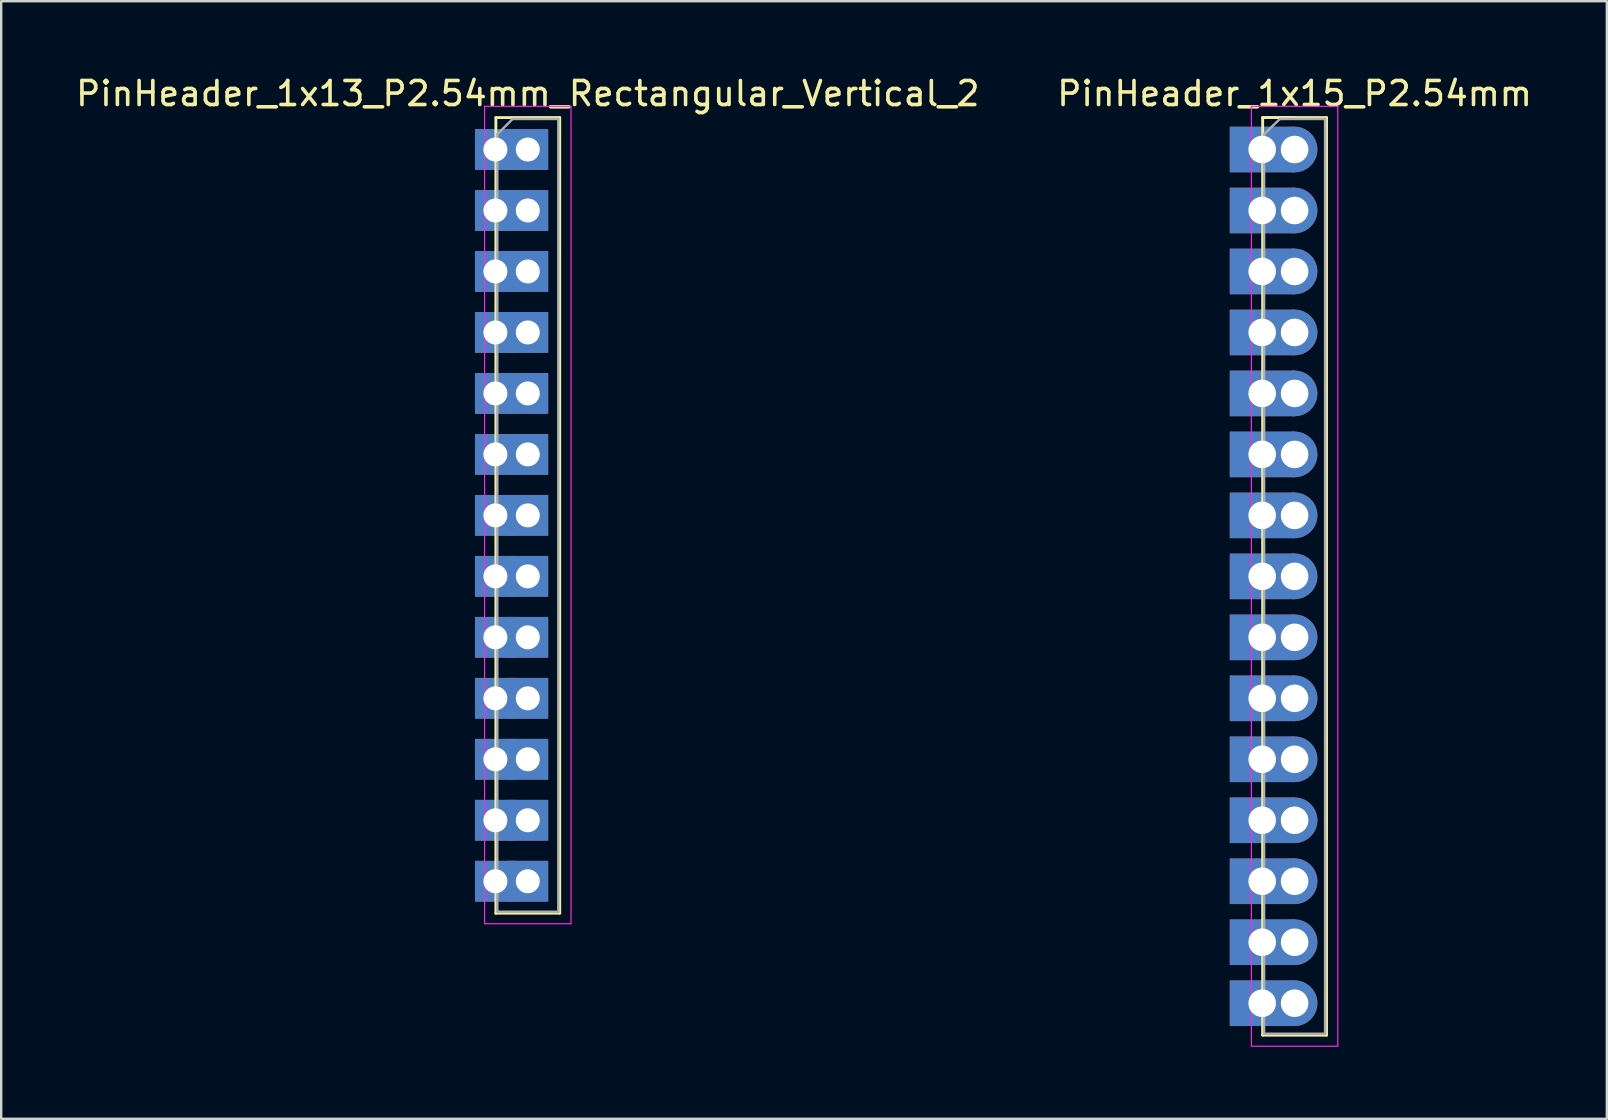
<source format=kicad_pcb>
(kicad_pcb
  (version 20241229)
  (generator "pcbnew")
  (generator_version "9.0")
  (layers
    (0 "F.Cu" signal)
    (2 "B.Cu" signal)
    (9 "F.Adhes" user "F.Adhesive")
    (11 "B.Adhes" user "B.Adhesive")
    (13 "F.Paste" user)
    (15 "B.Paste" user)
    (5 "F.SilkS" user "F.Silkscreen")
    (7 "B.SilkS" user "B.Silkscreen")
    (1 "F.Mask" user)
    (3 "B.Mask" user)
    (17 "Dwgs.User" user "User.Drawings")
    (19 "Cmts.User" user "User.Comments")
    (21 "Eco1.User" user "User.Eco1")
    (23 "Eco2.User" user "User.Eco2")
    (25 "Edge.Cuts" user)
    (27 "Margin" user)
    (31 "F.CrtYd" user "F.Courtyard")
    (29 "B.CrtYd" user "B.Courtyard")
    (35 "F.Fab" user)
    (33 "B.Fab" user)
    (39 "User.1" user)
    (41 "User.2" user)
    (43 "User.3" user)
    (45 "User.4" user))
  (footprint "PinHeader_1x15_P2.54mm"
    (layer "F.Cu")
    (at 50.875 3.178)
    (property "Reference" "PinHeader_1x15_P2.54mm" (at 0 -2.33 0) (layer "F.SilkS") (effects (font (size 1 1) (thickness 0.15))))
    (attr through_hole)
    (fp_line (start -1.33 -1.33) (end -1.33 36.89) (stroke (width 0.12) (type solid)) (layer "F.SilkS"))
    (fp_line (start -1.33 -1.33) (end 0 -1.33) (stroke (width 0.12) (type solid)) (layer "F.SilkS"))
    (fp_line (start -1.33 -1.33) (end 1.33 -1.33) (stroke (width 0.12) (type solid)) (layer "F.SilkS"))
    (fp_line (start -1.33 36.89) (end 1.33 36.89) (stroke (width 0.12) (type solid)) (layer "F.SilkS"))
    (fp_line (start 1.33 -1.33) (end 1.33 36.89) (stroke (width 0.12) (type solid)) (layer "F.SilkS"))
    (fp_line (start -1.8 -1.8) (end -1.8 37.35) (stroke (width 0.05) (type solid)) (layer "F.CrtYd"))
    (fp_line (start -1.8 37.35) (end 1.8 37.35) (stroke (width 0.05) (type solid)) (layer "F.CrtYd"))
    (fp_line (start 1.8 -1.8) (end -1.8 -1.8) (stroke (width 0.05) (type solid)) (layer "F.CrtYd"))
    (fp_line (start 1.8 37.35) (end 1.8 -1.8) (stroke (width 0.05) (type solid)) (layer "F.CrtYd"))
    (fp_line (start -1.27 -0.635) (end -0.617 -1.27) (stroke (width 0.1) (type solid)) (layer "F.Fab"))
    (fp_line (start -1.27 36.83) (end -1.27 -0.635) (stroke (width 0.1) (type solid)) (layer "F.Fab"))
    (fp_line (start -0.617 -1.27) (end 1.27 -1.27) (stroke (width 0.1) (type solid)) (layer "F.Fab"))
    (fp_line (start 1.27 -1.27) (end 1.27 36.83) (stroke (width 0.1) (type solid)) (layer "F.Fab"))
    (fp_line (start 1.27 36.83) (end -1.27 36.83) (stroke (width 0.1) (type solid)) (layer "F.Fab"))
    (pad "1" thru_hole rect (at -1.35 0) (size 2.7 1.9) (drill 1.15) (layers "*.Cu" "*.Mask"))
    (pad "1" thru_hole circle (at 0 0) (size 1.9 1.9) (drill 1.15) (layers "*.Cu" "*.Mask"))
    (pad "2" thru_hole rect (at -1.35 2.54) (size 2.7 1.9) (drill 1.15) (layers "*.Cu" "*.Mask"))
    (pad "2" thru_hole circle (at 0 2.54) (size 1.9 1.9) (drill 1.15) (layers "*.Cu" "*.Mask"))
    (pad "3" thru_hole rect (at -1.35 5.08) (size 2.7 1.9) (drill 1.15) (layers "*.Cu" "*.Mask"))
    (pad "3" thru_hole circle (at 0 5.08) (size 1.9 1.9) (drill 1.15) (layers "*.Cu" "*.Mask"))
    (pad "4" thru_hole rect (at -1.35 7.62) (size 2.7 1.9) (drill 1.15) (layers "*.Cu" "*.Mask"))
    (pad "4" thru_hole circle (at 0 7.62) (size 1.9 1.9) (drill 1.15) (layers "*.Cu" "*.Mask"))
    (pad "5" thru_hole rect (at -1.35 10.16) (size 2.7 1.9) (drill 1.15) (layers "*.Cu" "*.Mask"))
    (pad "5" thru_hole circle (at 0 10.16) (size 1.9 1.9) (drill 1.15) (layers "*.Cu" "*.Mask"))
    (pad "6" thru_hole rect (at -1.35 12.7) (size 2.7 1.9) (drill 1.15) (layers "*.Cu" "*.Mask"))
    (pad "6" thru_hole circle (at 0 12.7) (size 1.9 1.9) (drill 1.15) (layers "*.Cu" "*.Mask"))
    (pad "7" thru_hole rect (at -1.35 15.24) (size 2.7 1.9) (drill 1.15) (layers "*.Cu" "*.Mask"))
    (pad "7" thru_hole circle (at 0 15.24) (size 1.9 1.9) (drill 1.15) (layers "*.Cu" "*.Mask"))
    (pad "8" thru_hole rect (at -1.35 17.78) (size 2.7 1.9) (drill 1.15) (layers "*.Cu" "*.Mask"))
    (pad "8" thru_hole circle (at 0 17.78) (size 1.9 1.9) (drill 1.15) (layers "*.Cu" "*.Mask"))
    (pad "9" thru_hole rect (at -1.35 20.32) (size 2.7 1.9) (drill 1.15) (layers "*.Cu" "*.Mask"))
    (pad "9" thru_hole circle (at 0 20.32) (size 1.9 1.9) (drill 1.15) (layers "*.Cu" "*.Mask"))
    (pad "10" thru_hole rect (at -1.35 22.86) (size 2.7 1.9) (drill 1.15) (layers "*.Cu" "*.Mask"))
    (pad "10" thru_hole circle (at 0 22.86) (size 1.9 1.9) (drill 1.15) (layers "*.Cu" "*.Mask"))
    (pad "11" thru_hole rect (at -1.35 25.4) (size 2.7 1.9) (drill 1.15) (layers "*.Cu" "*.Mask"))
    (pad "11" thru_hole circle (at 0 25.4) (size 1.9 1.9) (drill 1.15) (layers "*.Cu" "*.Mask"))
    (pad "12" thru_hole rect (at -1.35 27.94) (size 2.7 1.9) (drill 1.15) (layers "*.Cu" "*.Mask"))
    (pad "12" thru_hole circle (at 0 27.94) (size 1.9 1.9) (drill 1.15) (layers "*.Cu" "*.Mask"))
    (pad "13" thru_hole rect (at -1.35 30.48) (size 2.7 1.9) (drill 1.15) (layers "*.Cu" "*.Mask"))
    (pad "13" thru_hole circle (at 0 30.48) (size 1.9 1.9) (drill 1.15) (layers "*.Cu" "*.Mask"))
    (pad "14" thru_hole rect (at -1.35 33.02) (size 2.7 1.9) (drill 1.15) (layers "*.Cu" "*.Mask"))
    (pad "14" thru_hole circle (at 0 33.02) (size 1.9 1.9) (drill 1.15) (layers "*.Cu" "*.Mask"))
    (pad "15" thru_hole rect (at -1.35 35.56) (size 2.7 1.9) (drill 1.15) (layers "*.Cu" "*.Mask"))
    (pad "15" thru_hole circle (at 0 35.56) (size 1.9 1.9) (drill 1.15) (layers "*.Cu" "*.Mask")))
  (footprint "PinHeader_1x13_P2.54mm_Rectangular_Vertical_2"
    (layer "F.Cu")
    (at 18.935 3.178)
    (property "Reference" "PinHeader_1x13_P2.54mm_Rectangular_Vertical_2" (at 0 -2.33 0) (layer "F.SilkS") (effects (font (size 1 1) (thickness 0.15))))
    (attr through_hole)
    (fp_line (start -1.33 -1.33) (end -1.33 31.81) (stroke (width 0.12) (type solid)) (layer "F.SilkS"))
    (fp_line (start -1.33 -1.33) (end 1.33 -1.33) (stroke (width 0.12) (type solid)) (layer "F.SilkS"))
    (fp_line (start -1.33 31.81) (end 1.33 31.81) (stroke (width 0.12) (type solid)) (layer "F.SilkS"))
    (fp_line (start 1.33 -1.33) (end 1.33 31.81) (stroke (width 0.12) (type solid)) (layer "F.SilkS"))
    (fp_line (start -1.8 -1.8) (end -1.8 32.25) (stroke (width 0.05) (type solid)) (layer "F.CrtYd"))
    (fp_line (start -1.8 32.25) (end 1.8 32.25) (stroke (width 0.05) (type solid)) (layer "F.CrtYd"))
    (fp_line (start 1.8 -1.8) (end -1.8 -1.8) (stroke (width 0.05) (type solid)) (layer "F.CrtYd"))
    (fp_line (start 1.8 32.25) (end 1.8 -1.8) (stroke (width 0.05) (type solid)) (layer "F.CrtYd"))
    (fp_line (start -1.27 -0.635) (end -0.635 -1.27) (stroke (width 0.1) (type solid)) (layer "F.Fab"))
    (fp_line (start -1.27 31.75) (end -1.27 -0.635) (stroke (width 0.1) (type solid)) (layer "F.Fab"))
    (fp_line (start -0.635 -1.27) (end 1.27 -1.27) (stroke (width 0.1) (type solid)) (layer "F.Fab"))
    (fp_line (start 1.27 -1.27) (end 1.27 31.75) (stroke (width 0.1) (type solid)) (layer "F.Fab"))
    (fp_line (start 1.27 31.75) (end -1.27 31.75) (stroke (width 0.1) (type solid)) (layer "F.Fab"))
    (pad "1" thru_hole rect (at -1.35 0) (size 1.7 1.7) (drill 1) (layers "*.Cu" "*.Mask"))
    (pad "1" thru_hole rect (at 0 0) (size 1.7 1.7) (drill 1) (layers "*.Cu" "*.Mask"))
    (pad "2" thru_hole rect (at -1.35 2.54) (size 1.7 1.7) (drill 1) (layers "*.Cu" "*.Mask"))
    (pad "2" thru_hole rect (at 0 2.54) (size 1.7 1.7) (drill 1) (layers "*.Cu" "*.Mask"))
    (pad "3" thru_hole rect (at -1.35 5.08) (size 1.7 1.7) (drill 1) (layers "*.Cu" "*.Mask"))
    (pad "3" thru_hole rect (at 0 5.08) (size 1.7 1.7) (drill 1) (layers "*.Cu" "*.Mask"))
    (pad "4" thru_hole rect (at -1.35 7.62) (size 1.7 1.7) (drill 1) (layers "*.Cu" "*.Mask"))
    (pad "4" thru_hole rect (at 0 7.62) (size 1.7 1.7) (drill 1) (layers "*.Cu" "*.Mask"))
    (pad "5" thru_hole rect (at -1.35 10.16) (size 1.7 1.7) (drill 1) (layers "*.Cu" "*.Mask"))
    (pad "5" thru_hole rect (at 0 10.16) (size 1.7 1.7) (drill 1) (layers "*.Cu" "*.Mask"))
    (pad "6" thru_hole rect (at -1.35 12.7) (size 1.7 1.7) (drill 1) (layers "*.Cu" "*.Mask"))
    (pad "6" thru_hole rect (at 0 12.7) (size 1.7 1.7) (drill 1) (layers "*.Cu" "*.Mask"))
    (pad "7" thru_hole rect (at -1.35 15.24) (size 1.7 1.7) (drill 1) (layers "*.Cu" "*.Mask"))
    (pad "7" thru_hole rect (at 0 15.24) (size 1.7 1.7) (drill 1) (layers "*.Cu" "*.Mask"))
    (pad "8" thru_hole rect (at -1.35 17.78) (size 1.7 1.7) (drill 1) (layers "*.Cu" "*.Mask"))
    (pad "8" thru_hole rect (at 0 17.78) (size 1.7 1.7) (drill 1) (layers "*.Cu" "*.Mask"))
    (pad "9" thru_hole rect (at -1.35 20.32) (size 1.7 1.7) (drill 1) (layers "*.Cu" "*.Mask"))
    (pad "9" thru_hole rect (at 0 20.32) (size 1.7 1.7) (drill 1) (layers "*.Cu" "*.Mask"))
    (pad "10" thru_hole rect (at -1.35 22.86) (size 1.7 1.7) (drill 1) (layers "*.Cu" "*.Mask"))
    (pad "10" thru_hole rect (at 0 22.86) (size 1.7 1.7) (drill 1) (layers "*.Cu" "*.Mask"))
    (pad "11" thru_hole rect (at -1.35 25.4) (size 1.7 1.7) (drill 1) (layers "*.Cu" "*.Mask"))
    (pad "11" thru_hole rect (at 0 25.4) (size 1.7 1.7) (drill 1) (layers "*.Cu" "*.Mask"))
    (pad "12" thru_hole rect (at -1.35 27.94) (size 1.7 1.7) (drill 1) (layers "*.Cu" "*.Mask"))
    (pad "12" thru_hole rect (at 0 27.94) (size 1.7 1.7) (drill 1) (layers "*.Cu" "*.Mask"))
    (pad "13" thru_hole rect (at -1.35 30.48) (size 1.7 1.7) (drill 1) (layers "*.Cu" "*.Mask"))
    (pad "13" thru_hole rect (at 0 30.48) (size 1.7 1.7) (drill 1) (layers "*.Cu" "*.Mask")))
  (gr_rect
    (start -3 -3)
    (end 63.881 43.553)
    (stroke (width 0.1) (type default))
    (fill no)
    (layer "Edge.Cuts")))
</source>
